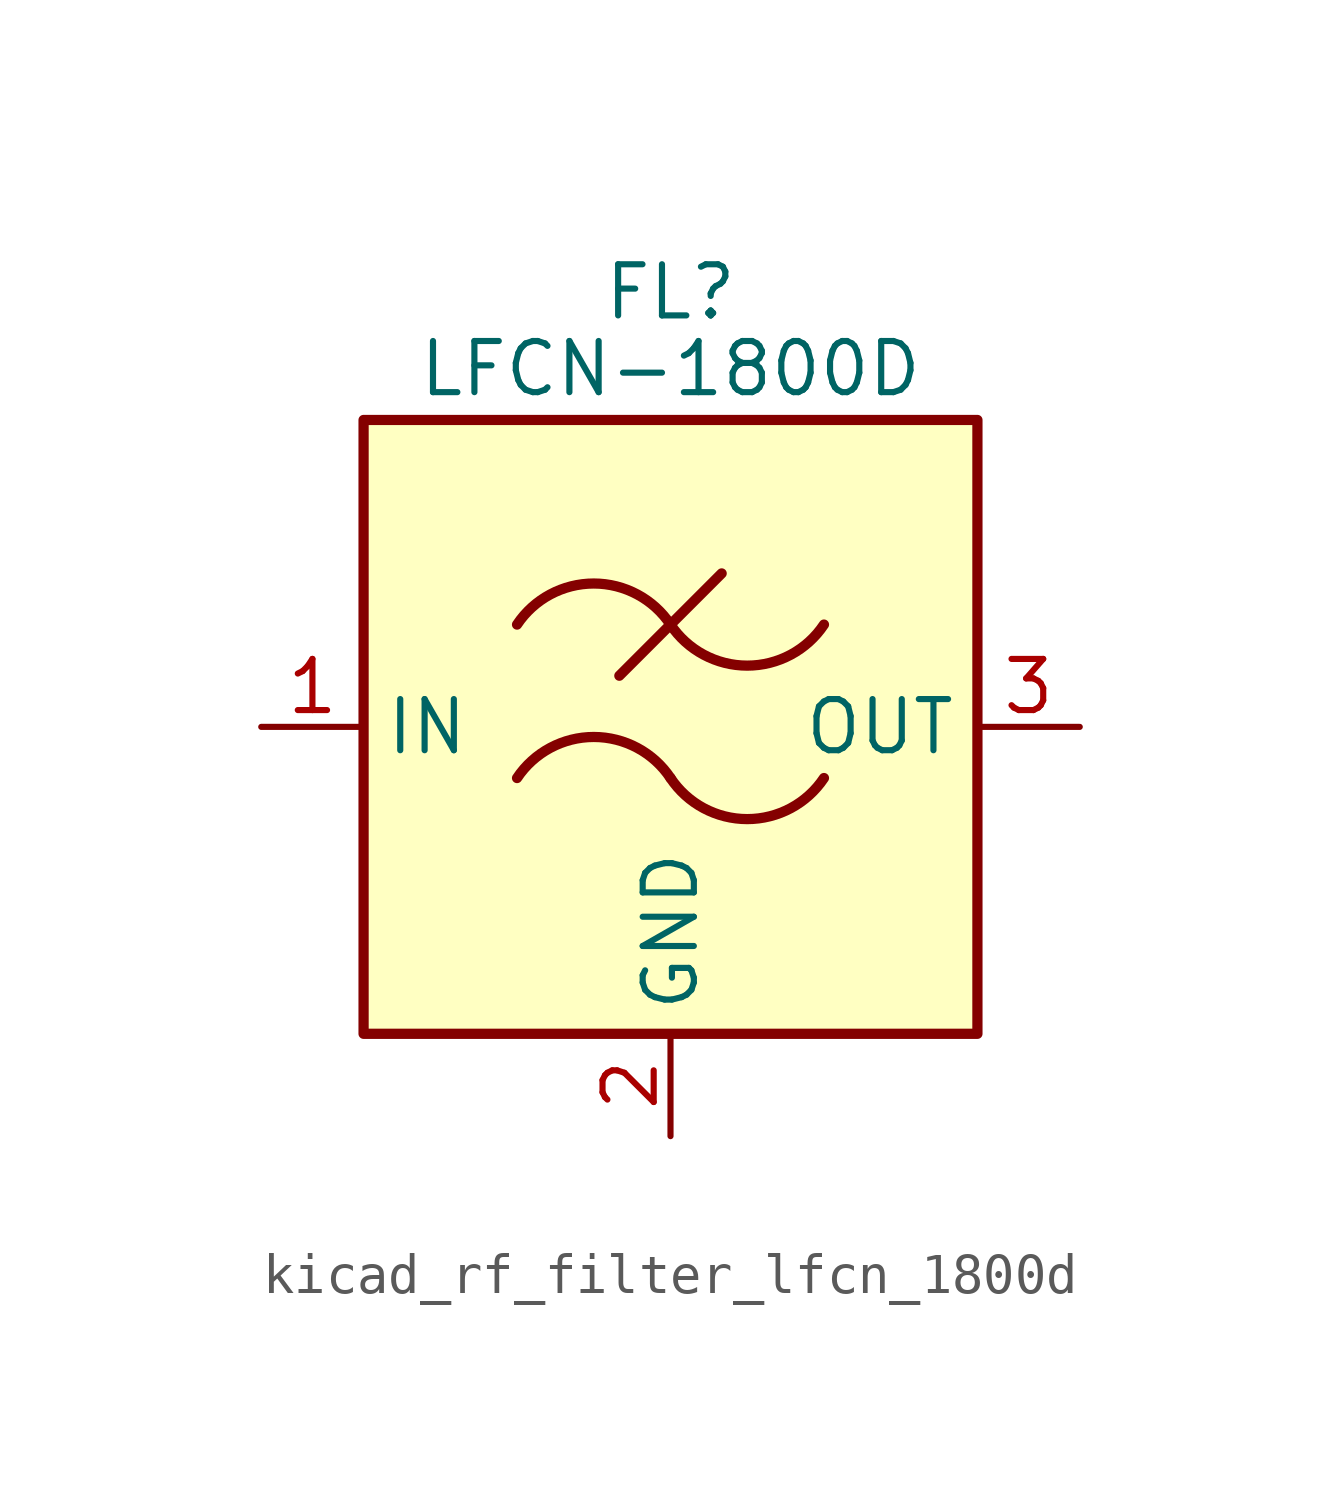
<source format=kicad_sym>
(kicad_symbol_lib
  (version 20220914)
  (generator kicad_symbol_editor)
  (symbol "kicad_rf_filter_lfcn_1800d"
    (property "Reference" "FL"
      (at 0 10.795 0)
      (effects (font (size 1.27 1.27))))
    (property "Value" "LFCN-1800D"
      (at 0 8.89 0)
      (effects (font (size 1.27 1.27))))
    (symbol "kicad_rf_filter_lfcn_1800d_0_1"
      (rectangle (start -7.62 7.62) (end 7.62 -7.62) (stroke (width 0.254) (type default)) (fill (type background)))
      (arc (start 0 -1.27) (mid -1.905 -0.2505) (end -3.81 -1.27) (stroke (width 0.254) (type default)) (fill (type none)))
      (arc (start 0 -1.27) (mid 1.905 -2.2895) (end 3.81 -1.27) (stroke (width 0.254) (type default)) (fill (type none)))
      (polyline (pts (xy -1.27 1.27) (xy 1.27 3.81)) (stroke (width 0.254) (type default)) (fill (type none)))
      (arc (start 0 2.54) (mid -1.905 3.5595) (end -3.81 2.54) (stroke (width 0.254) (type default)) (fill (type none)))
      (arc (start 0 2.54) (mid 1.905 1.5205) (end 3.81 2.54) (stroke (width 0.254) (type default)) (fill (type none))))
    (symbol "kicad_rf_filter_lfcn_1800d_1_1"
      (pin passive line (at -10.16 0 0) (length 2.54) (name "IN" (effects (font (size 1.27 1.27)))) (number "1" (effects (font (size 1.27 1.27)))))
      (pin passive line (at 0 -10.16 90) (length 2.54) (name "GND" (effects (font (size 1.27 1.27)))) (number "2" (effects (font (size 1.27 1.27)))))
      (pin passive line (at 10.16 0 180) (length 2.54) (name "OUT" (effects (font (size 1.27 1.27)))) (number "3" (effects (font (size 1.27 1.27)))))
      (pin passive line (at 0 -10.16 90) (length 2.54) hide (name "GND" (effects (font (size 1.27 1.27)))) (number "4" (effects (font (size 1.27 1.27))))))))
</source>
